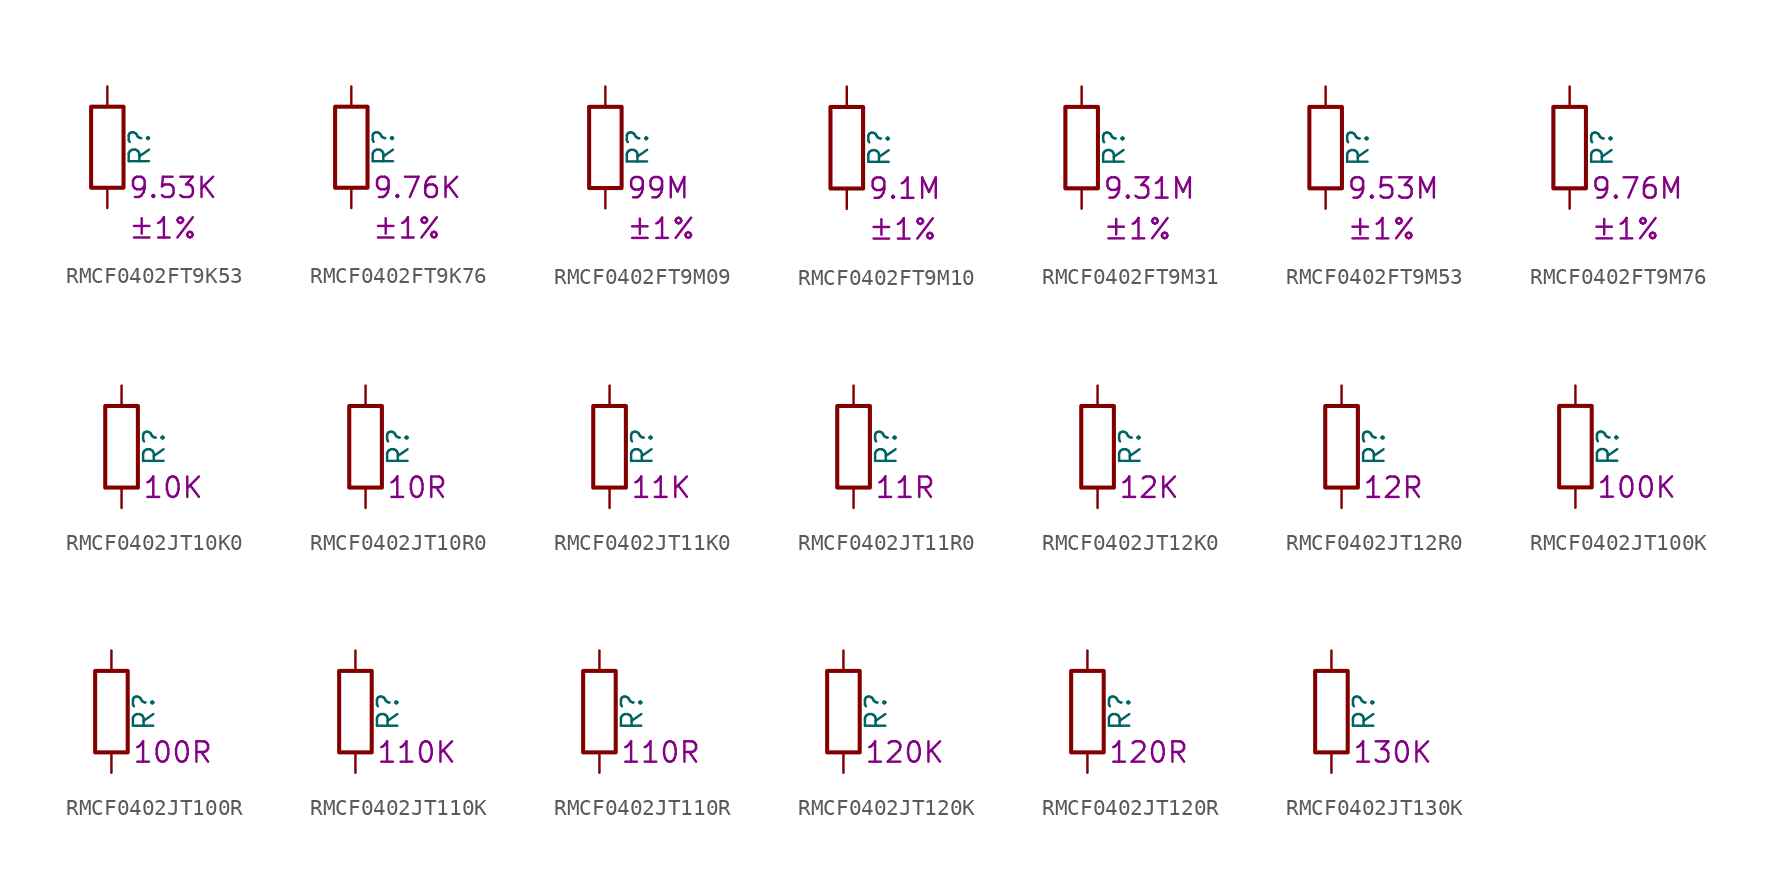
<source format=kicad_sym>
(kicad_symbol_lib
  (version 20220914)
  (generator kicad_symbol_editor)
  (symbol "RMCF0402FT9K53"
    (pin_numbers hide)
    (pin_names
      (offset 0))
    (property "Reference" "R"
      (at 2.032 0 90)
      (effects (font (size 1.27 1.27))))
    (property "Resistance" "9.53K"
      (at 1.27 -2.54 0)
      (effects (font (size 1.27 1.27)) (justify left)))
    (property "Tolerance" "±1%"
      (at 1.27 -5.08 0)
      (effects (font (size 1.27 1.27)) (justify left)))
    (symbol "RMCF0402FT9K53_0_1"
      (rectangle (start -1.016 -2.54) (end 1.016 2.54) (stroke (width 0.254) (type default)) (fill (type none))))
    (symbol "RMCF0402FT9K53_1_1"
      (pin passive line (at 0 3.81 270) (length 1.27) (name "~" (effects (font (size 1.27 1.27)))) (number "1" (effects (font (size 1.27 1.27)))))
      (pin passive line (at 0 -3.81 90) (length 1.27) (name "~" (effects (font (size 1.27 1.27)))) (number "2" (effects (font (size 1.27 1.27)))))))
  (symbol "RMCF0402FT9K76"
    (pin_numbers hide)
    (pin_names
      (offset 0))
    (property "Reference" "R"
      (at 2.032 0 90)
      (effects (font (size 1.27 1.27))))
    (property "Resistance" "9.76K"
      (at 1.27 -2.54 0)
      (effects (font (size 1.27 1.27)) (justify left)))
    (property "Tolerance" "±1%"
      (at 1.27 -5.08 0)
      (effects (font (size 1.27 1.27)) (justify left)))
    (symbol "RMCF0402FT9K76_0_1"
      (rectangle (start -1.016 -2.54) (end 1.016 2.54) (stroke (width 0.254) (type default)) (fill (type none))))
    (symbol "RMCF0402FT9K76_1_1"
      (pin passive line (at 0 3.81 270) (length 1.27) (name "~" (effects (font (size 1.27 1.27)))) (number "1" (effects (font (size 1.27 1.27)))))
      (pin passive line (at 0 -3.81 90) (length 1.27) (name "~" (effects (font (size 1.27 1.27)))) (number "2" (effects (font (size 1.27 1.27)))))))
  (symbol "RMCF0402FT9M09"
    (pin_numbers hide)
    (pin_names
      (offset 0))
    (property "Reference" "R"
      (at 2.032 0 90)
      (effects (font (size 1.27 1.27))))
    (property "Resistance" "99M"
      (at 1.27 -2.54 0)
      (effects (font (size 1.27 1.27)) (justify left)))
    (property "Tolerance" "±1%"
      (at 1.27 -5.08 0)
      (effects (font (size 1.27 1.27)) (justify left)))
    (symbol "RMCF0402FT9M09_0_1"
      (rectangle (start -1.016 -2.54) (end 1.016 2.54) (stroke (width 0.254) (type default)) (fill (type none))))
    (symbol "RMCF0402FT9M09_1_1"
      (pin passive line (at 0 3.81 270) (length 1.27) (name "~" (effects (font (size 1.27 1.27)))) (number "1" (effects (font (size 1.27 1.27)))))
      (pin passive line (at 0 -3.81 90) (length 1.27) (name "~" (effects (font (size 1.27 1.27)))) (number "2" (effects (font (size 1.27 1.27)))))))
  (symbol "RMCF0402FT9M10"
    (pin_numbers hide)
    (pin_names
      (offset 0))
    (property "Reference" "R"
      (at 2.032 0 90)
      (effects (font (size 1.27 1.27))))
    (property "Resistance" "9.1M"
      (at 1.27 -2.54 0)
      (effects (font (size 1.27 1.27)) (justify left)))
    (property "Tolerance" "±1%"
      (at 1.27 -5.08 0)
      (effects (font (size 1.27 1.27)) (justify left)))
    (symbol "RMCF0402FT9M10_0_1"
      (rectangle (start -1.016 -2.54) (end 1.016 2.54) (stroke (width 0.254) (type default)) (fill (type none))))
    (symbol "RMCF0402FT9M10_1_1"
      (pin passive line (at 0 3.81 270) (length 1.27) (name "~" (effects (font (size 1.27 1.27)))) (number "1" (effects (font (size 1.27 1.27)))))
      (pin passive line (at 0 -3.81 90) (length 1.27) (name "~" (effects (font (size 1.27 1.27)))) (number "2" (effects (font (size 1.27 1.27)))))))
  (symbol "RMCF0402FT9M31"
    (pin_numbers hide)
    (pin_names
      (offset 0))
    (property "Reference" "R"
      (at 2.032 0 90)
      (effects (font (size 1.27 1.27))))
    (property "Resistance" "9.31M"
      (at 1.27 -2.54 0)
      (effects (font (size 1.27 1.27)) (justify left)))
    (property "Tolerance" "±1%"
      (at 1.27 -5.08 0)
      (effects (font (size 1.27 1.27)) (justify left)))
    (symbol "RMCF0402FT9M31_0_1"
      (rectangle (start -1.016 -2.54) (end 1.016 2.54) (stroke (width 0.254) (type default)) (fill (type none))))
    (symbol "RMCF0402FT9M31_1_1"
      (pin passive line (at 0 3.81 270) (length 1.27) (name "~" (effects (font (size 1.27 1.27)))) (number "1" (effects (font (size 1.27 1.27)))))
      (pin passive line (at 0 -3.81 90) (length 1.27) (name "~" (effects (font (size 1.27 1.27)))) (number "2" (effects (font (size 1.27 1.27)))))))
  (symbol "RMCF0402FT9M53"
    (pin_numbers hide)
    (pin_names
      (offset 0))
    (property "Reference" "R"
      (at 2.032 0 90)
      (effects (font (size 1.27 1.27))))
    (property "Resistance" "9.53M"
      (at 1.27 -2.54 0)
      (effects (font (size 1.27 1.27)) (justify left)))
    (property "Tolerance" "±1%"
      (at 1.27 -5.08 0)
      (effects (font (size 1.27 1.27)) (justify left)))
    (symbol "RMCF0402FT9M53_0_1"
      (rectangle (start -1.016 -2.54) (end 1.016 2.54) (stroke (width 0.254) (type default)) (fill (type none))))
    (symbol "RMCF0402FT9M53_1_1"
      (pin passive line (at 0 3.81 270) (length 1.27) (name "~" (effects (font (size 1.27 1.27)))) (number "1" (effects (font (size 1.27 1.27)))))
      (pin passive line (at 0 -3.81 90) (length 1.27) (name "~" (effects (font (size 1.27 1.27)))) (number "2" (effects (font (size 1.27 1.27)))))))
  (symbol "RMCF0402FT9M76"
    (pin_numbers hide)
    (pin_names
      (offset 0))
    (property "Reference" "R"
      (at 2.032 0 90)
      (effects (font (size 1.27 1.27))))
    (property "Resistance" "9.76M"
      (at 1.27 -2.54 0)
      (effects (font (size 1.27 1.27)) (justify left)))
    (property "Tolerance" "±1%"
      (at 1.27 -5.08 0)
      (effects (font (size 1.27 1.27)) (justify left)))
    (symbol "RMCF0402FT9M76_0_1"
      (rectangle (start -1.016 -2.54) (end 1.016 2.54) (stroke (width 0.254) (type default)) (fill (type none))))
    (symbol "RMCF0402FT9M76_1_1"
      (pin passive line (at 0 3.81 270) (length 1.27) (name "~" (effects (font (size 1.27 1.27)))) (number "1" (effects (font (size 1.27 1.27)))))
      (pin passive line (at 0 -3.81 90) (length 1.27) (name "~" (effects (font (size 1.27 1.27)))) (number "2" (effects (font (size 1.27 1.27)))))))
  (symbol "RMCF0402JT10K0"
    (pin_numbers hide)
    (pin_names
      (offset 0))
    (property "Reference" "R"
      (at 2.032 0 90)
      (effects (font (size 1.27 1.27))))
    (property "Resistance" "10K"
      (at 1.27 -2.54 0)
      (effects (font (size 1.27 1.27)) (justify left)))
    (symbol "RMCF0402JT10K0_0_1"
      (rectangle (start -1.016 -2.54) (end 1.016 2.54) (stroke (width 0.254) (type default)) (fill (type none))))
    (symbol "RMCF0402JT10K0_1_1"
      (pin passive line (at 0 3.81 270) (length 1.27) (name "~" (effects (font (size 1.27 1.27)))) (number "1" (effects (font (size 1.27 1.27)))))
      (pin passive line (at 0 -3.81 90) (length 1.27) (name "~" (effects (font (size 1.27 1.27)))) (number "2" (effects (font (size 1.27 1.27)))))))
  (symbol "RMCF0402JT10R0"
    (pin_numbers hide)
    (pin_names
      (offset 0))
    (property "Reference" "R"
      (at 2.032 0 90)
      (effects (font (size 1.27 1.27))))
    (property "Resistance" "10R"
      (at 1.27 -2.54 0)
      (effects (font (size 1.27 1.27)) (justify left)))
    (symbol "RMCF0402JT10R0_0_1"
      (rectangle (start -1.016 -2.54) (end 1.016 2.54) (stroke (width 0.254) (type default)) (fill (type none))))
    (symbol "RMCF0402JT10R0_1_1"
      (pin passive line (at 0 3.81 270) (length 1.27) (name "~" (effects (font (size 1.27 1.27)))) (number "1" (effects (font (size 1.27 1.27)))))
      (pin passive line (at 0 -3.81 90) (length 1.27) (name "~" (effects (font (size 1.27 1.27)))) (number "2" (effects (font (size 1.27 1.27)))))))
  (symbol "RMCF0402JT11K0"
    (pin_numbers hide)
    (pin_names
      (offset 0))
    (property "Reference" "R"
      (at 2.032 0 90)
      (effects (font (size 1.27 1.27))))
    (property "Resistance" "11K"
      (at 1.27 -2.54 0)
      (effects (font (size 1.27 1.27)) (justify left)))
    (symbol "RMCF0402JT11K0_0_1"
      (rectangle (start -1.016 -2.54) (end 1.016 2.54) (stroke (width 0.254) (type default)) (fill (type none))))
    (symbol "RMCF0402JT11K0_1_1"
      (pin passive line (at 0 3.81 270) (length 1.27) (name "~" (effects (font (size 1.27 1.27)))) (number "1" (effects (font (size 1.27 1.27)))))
      (pin passive line (at 0 -3.81 90) (length 1.27) (name "~" (effects (font (size 1.27 1.27)))) (number "2" (effects (font (size 1.27 1.27)))))))
  (symbol "RMCF0402JT11R0"
    (pin_numbers hide)
    (pin_names
      (offset 0))
    (property "Reference" "R"
      (at 2.032 0 90)
      (effects (font (size 1.27 1.27))))
    (property "Resistance" "11R"
      (at 1.27 -2.54 0)
      (effects (font (size 1.27 1.27)) (justify left)))
    (symbol "RMCF0402JT11R0_0_1"
      (rectangle (start -1.016 -2.54) (end 1.016 2.54) (stroke (width 0.254) (type default)) (fill (type none))))
    (symbol "RMCF0402JT11R0_1_1"
      (pin passive line (at 0 3.81 270) (length 1.27) (name "~" (effects (font (size 1.27 1.27)))) (number "1" (effects (font (size 1.27 1.27)))))
      (pin passive line (at 0 -3.81 90) (length 1.27) (name "~" (effects (font (size 1.27 1.27)))) (number "2" (effects (font (size 1.27 1.27)))))))
  (symbol "RMCF0402JT12K0"
    (pin_numbers hide)
    (pin_names
      (offset 0))
    (property "Reference" "R"
      (at 2.032 0 90)
      (effects (font (size 1.27 1.27))))
    (property "Resistance" "12K"
      (at 1.27 -2.54 0)
      (effects (font (size 1.27 1.27)) (justify left)))
    (symbol "RMCF0402JT12K0_0_1"
      (rectangle (start -1.016 -2.54) (end 1.016 2.54) (stroke (width 0.254) (type default)) (fill (type none))))
    (symbol "RMCF0402JT12K0_1_1"
      (pin passive line (at 0 3.81 270) (length 1.27) (name "~" (effects (font (size 1.27 1.27)))) (number "1" (effects (font (size 1.27 1.27)))))
      (pin passive line (at 0 -3.81 90) (length 1.27) (name "~" (effects (font (size 1.27 1.27)))) (number "2" (effects (font (size 1.27 1.27)))))))
  (symbol "RMCF0402JT12R0"
    (pin_numbers hide)
    (pin_names
      (offset 0))
    (property "Reference" "R"
      (at 2.032 0 90)
      (effects (font (size 1.27 1.27))))
    (property "Resistance" "12R"
      (at 1.27 -2.54 0)
      (effects (font (size 1.27 1.27)) (justify left)))
    (symbol "RMCF0402JT12R0_0_1"
      (rectangle (start -1.016 -2.54) (end 1.016 2.54) (stroke (width 0.254) (type default)) (fill (type none))))
    (symbol "RMCF0402JT12R0_1_1"
      (pin passive line (at 0 3.81 270) (length 1.27) (name "~" (effects (font (size 1.27 1.27)))) (number "1" (effects (font (size 1.27 1.27)))))
      (pin passive line (at 0 -3.81 90) (length 1.27) (name "~" (effects (font (size 1.27 1.27)))) (number "2" (effects (font (size 1.27 1.27)))))))
  (symbol "RMCF0402JT100K"
    (pin_numbers hide)
    (pin_names
      (offset 0))
    (property "Reference" "R"
      (at 2.032 0 90)
      (effects (font (size 1.27 1.27))))
    (property "Resistance" "100K"
      (at 1.27 -2.54 0)
      (effects (font (size 1.27 1.27)) (justify left)))
    (symbol "RMCF0402JT100K_0_1"
      (rectangle (start -1.016 -2.54) (end 1.016 2.54) (stroke (width 0.254) (type default)) (fill (type none))))
    (symbol "RMCF0402JT100K_1_1"
      (pin passive line (at 0 3.81 270) (length 1.27) (name "~" (effects (font (size 1.27 1.27)))) (number "1" (effects (font (size 1.27 1.27)))))
      (pin passive line (at 0 -3.81 90) (length 1.27) (name "~" (effects (font (size 1.27 1.27)))) (number "2" (effects (font (size 1.27 1.27)))))))
  (symbol "RMCF0402JT100R"
    (pin_numbers hide)
    (pin_names
      (offset 0))
    (property "Reference" "R"
      (at 2.032 0 90)
      (effects (font (size 1.27 1.27))))
    (property "Resistance" "100R"
      (at 1.27 -2.54 0)
      (effects (font (size 1.27 1.27)) (justify left)))
    (symbol "RMCF0402JT100R_0_1"
      (rectangle (start -1.016 -2.54) (end 1.016 2.54) (stroke (width 0.254) (type default)) (fill (type none))))
    (symbol "RMCF0402JT100R_1_1"
      (pin passive line (at 0 3.81 270) (length 1.27) (name "~" (effects (font (size 1.27 1.27)))) (number "1" (effects (font (size 1.27 1.27)))))
      (pin passive line (at 0 -3.81 90) (length 1.27) (name "~" (effects (font (size 1.27 1.27)))) (number "2" (effects (font (size 1.27 1.27)))))))
  (symbol "RMCF0402JT110K"
    (pin_numbers hide)
    (pin_names
      (offset 0))
    (property "Reference" "R"
      (at 2.032 0 90)
      (effects (font (size 1.27 1.27))))
    (property "Resistance" "110K"
      (at 1.27 -2.54 0)
      (effects (font (size 1.27 1.27)) (justify left)))
    (symbol "RMCF0402JT110K_0_1"
      (rectangle (start -1.016 -2.54) (end 1.016 2.54) (stroke (width 0.254) (type default)) (fill (type none))))
    (symbol "RMCF0402JT110K_1_1"
      (pin passive line (at 0 3.81 270) (length 1.27) (name "~" (effects (font (size 1.27 1.27)))) (number "1" (effects (font (size 1.27 1.27)))))
      (pin passive line (at 0 -3.81 90) (length 1.27) (name "~" (effects (font (size 1.27 1.27)))) (number "2" (effects (font (size 1.27 1.27)))))))
  (symbol "RMCF0402JT110R"
    (pin_numbers hide)
    (pin_names
      (offset 0))
    (property "Reference" "R"
      (at 2.032 0 90)
      (effects (font (size 1.27 1.27))))
    (property "Resistance" "110R"
      (at 1.27 -2.54 0)
      (effects (font (size 1.27 1.27)) (justify left)))
    (symbol "RMCF0402JT110R_0_1"
      (rectangle (start -1.016 -2.54) (end 1.016 2.54) (stroke (width 0.254) (type default)) (fill (type none))))
    (symbol "RMCF0402JT110R_1_1"
      (pin passive line (at 0 3.81 270) (length 1.27) (name "~" (effects (font (size 1.27 1.27)))) (number "1" (effects (font (size 1.27 1.27)))))
      (pin passive line (at 0 -3.81 90) (length 1.27) (name "~" (effects (font (size 1.27 1.27)))) (number "2" (effects (font (size 1.27 1.27)))))))
  (symbol "RMCF0402JT120K"
    (pin_numbers hide)
    (pin_names
      (offset 0))
    (property "Reference" "R"
      (at 2.032 0 90)
      (effects (font (size 1.27 1.27))))
    (property "Resistance" "120K"
      (at 1.27 -2.54 0)
      (effects (font (size 1.27 1.27)) (justify left)))
    (symbol "RMCF0402JT120K_0_1"
      (rectangle (start -1.016 -2.54) (end 1.016 2.54) (stroke (width 0.254) (type default)) (fill (type none))))
    (symbol "RMCF0402JT120K_1_1"
      (pin passive line (at 0 3.81 270) (length 1.27) (name "~" (effects (font (size 1.27 1.27)))) (number "1" (effects (font (size 1.27 1.27)))))
      (pin passive line (at 0 -3.81 90) (length 1.27) (name "~" (effects (font (size 1.27 1.27)))) (number "2" (effects (font (size 1.27 1.27)))))))
  (symbol "RMCF0402JT120R"
    (pin_numbers hide)
    (pin_names
      (offset 0))
    (property "Reference" "R"
      (at 2.032 0 90)
      (effects (font (size 1.27 1.27))))
    (property "Resistance" "120R"
      (at 1.27 -2.54 0)
      (effects (font (size 1.27 1.27)) (justify left)))
    (symbol "RMCF0402JT120R_0_1"
      (rectangle (start -1.016 -2.54) (end 1.016 2.54) (stroke (width 0.254) (type default)) (fill (type none))))
    (symbol "RMCF0402JT120R_1_1"
      (pin passive line (at 0 3.81 270) (length 1.27) (name "~" (effects (font (size 1.27 1.27)))) (number "1" (effects (font (size 1.27 1.27)))))
      (pin passive line (at 0 -3.81 90) (length 1.27) (name "~" (effects (font (size 1.27 1.27)))) (number "2" (effects (font (size 1.27 1.27)))))))
  (symbol "RMCF0402JT130K"
    (pin_numbers hide)
    (pin_names
      (offset 0))
    (property "Reference" "R"
      (at 2.032 0 90)
      (effects (font (size 1.27 1.27))))
    (property "Resistance" "130K"
      (at 1.27 -2.54 0)
      (effects (font (size 1.27 1.27)) (justify left)))
    (symbol "RMCF0402JT130K_0_1"
      (rectangle (start -1.016 -2.54) (end 1.016 2.54) (stroke (width 0.254) (type default)) (fill (type none))))
    (symbol "RMCF0402JT130K_1_1"
      (pin passive line (at 0 3.81 270) (length 1.27) (name "~" (effects (font (size 1.27 1.27)))) (number "1" (effects (font (size 1.27 1.27)))))
      (pin passive line (at 0 -3.81 90) (length 1.27) (name "~" (effects (font (size 1.27 1.27)))) (number "2" (effects (font (size 1.27 1.27))))))))
</source>
